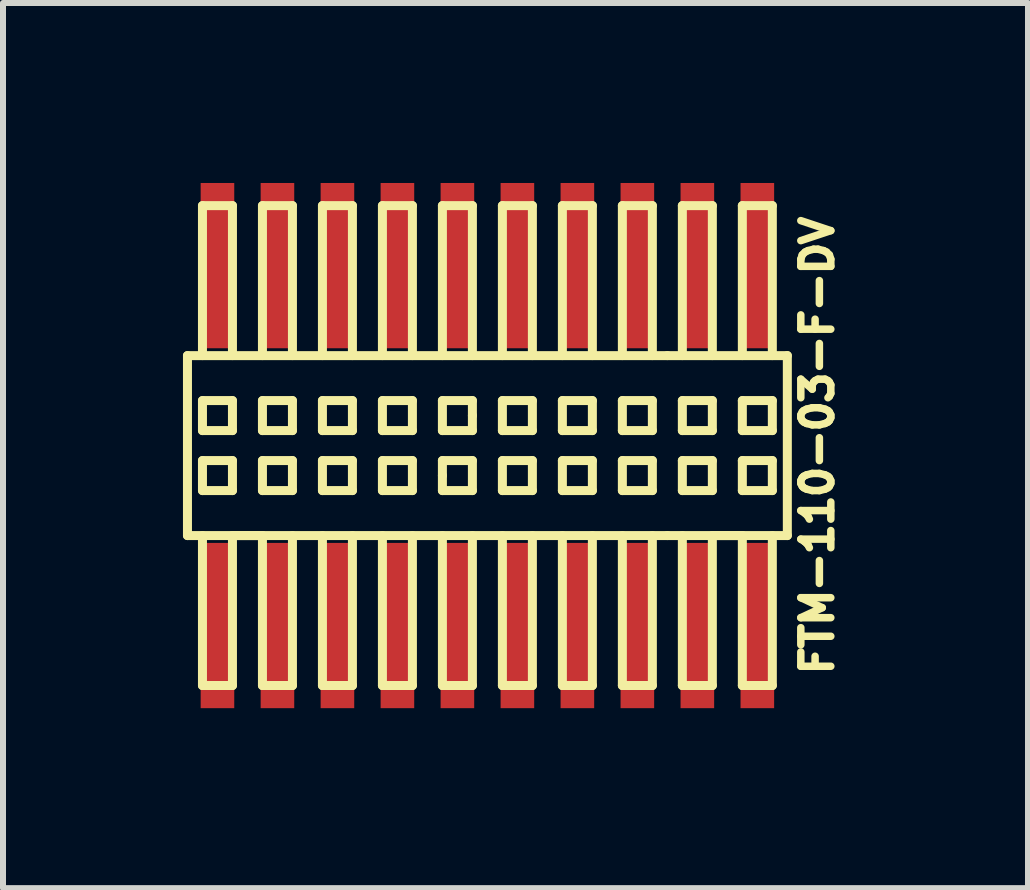
<source format=kicad_pcb>
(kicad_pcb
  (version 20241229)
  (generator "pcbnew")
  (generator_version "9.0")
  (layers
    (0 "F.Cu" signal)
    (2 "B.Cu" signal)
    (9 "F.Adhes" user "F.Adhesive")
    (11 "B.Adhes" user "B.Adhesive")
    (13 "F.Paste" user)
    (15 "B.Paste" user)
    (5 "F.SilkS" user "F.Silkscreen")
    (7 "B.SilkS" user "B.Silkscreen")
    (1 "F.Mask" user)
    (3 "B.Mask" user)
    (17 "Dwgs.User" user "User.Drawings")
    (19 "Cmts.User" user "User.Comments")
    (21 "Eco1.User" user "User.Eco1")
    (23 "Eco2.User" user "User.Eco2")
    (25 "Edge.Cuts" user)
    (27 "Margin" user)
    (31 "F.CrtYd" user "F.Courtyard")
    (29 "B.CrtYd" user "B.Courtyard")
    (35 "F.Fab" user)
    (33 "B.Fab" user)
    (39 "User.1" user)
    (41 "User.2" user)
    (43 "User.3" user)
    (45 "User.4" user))
  (footprint "FTM-110-03-F-DV"
    (layer "F.Cu")
    (at 5.075 4.378)
    (property "Reference" "FTM-110-03-F-DV" (at 5.5 0 90) (layer "F.SilkS") (effects (font (size 0.5 0.5) (thickness 0.125))))
    (attr through_hole)
    (fp_line (start -5 -1.5) (end 3 -1.5) (stroke (width 0.15) (type solid)) (layer "F.SilkS"))
    (fp_line (start -5 1.5) (end -5 -1.5) (stroke (width 0.15) (type solid)) (layer "F.SilkS"))
    (fp_line (start -4.75 -4) (end -4.25 -4) (stroke (width 0.15) (type solid)) (layer "F.SilkS"))
    (fp_line (start -4.75 -1.5) (end -4.75 -4) (stroke (width 0.15) (type solid)) (layer "F.SilkS"))
    (fp_line (start -4.75 -0.75) (end -4.25 -0.75) (stroke (width 0.15) (type solid)) (layer "F.SilkS"))
    (fp_line (start -4.75 -0.25) (end -4.75 -0.75) (stroke (width 0.15) (type solid)) (layer "F.SilkS"))
    (fp_line (start -4.75 0.25) (end -4.25 0.25) (stroke (width 0.15) (type solid)) (layer "F.SilkS"))
    (fp_line (start -4.75 0.75) (end -4.75 0.25) (stroke (width 0.15) (type solid)) (layer "F.SilkS"))
    (fp_line (start -4.75 1.5) (end -4.75 4) (stroke (width 0.15) (type solid)) (layer "F.SilkS"))
    (fp_line (start -4.75 4) (end -4.25 4) (stroke (width 0.15) (type solid)) (layer "F.SilkS"))
    (fp_line (start -4.25 -4) (end -4.25 -1.5) (stroke (width 0.15) (type solid)) (layer "F.SilkS"))
    (fp_line (start -4.25 -0.75) (end -4.25 -0.25) (stroke (width 0.15) (type solid)) (layer "F.SilkS"))
    (fp_line (start -4.25 -0.25) (end -4.75 -0.25) (stroke (width 0.15) (type solid)) (layer "F.SilkS"))
    (fp_line (start -4.25 0.25) (end -4.25 0.75) (stroke (width 0.15) (type solid)) (layer "F.SilkS"))
    (fp_line (start -4.25 0.75) (end -4.75 0.75) (stroke (width 0.15) (type solid)) (layer "F.SilkS"))
    (fp_line (start -4.25 1.5) (end -3.75 1.5) (stroke (width 0.15) (type solid)) (layer "F.SilkS"))
    (fp_line (start -4.25 4) (end -4.25 1.5) (stroke (width 0.15) (type solid)) (layer "F.SilkS"))
    (fp_line (start -3.75 -4) (end -3.25 -4) (stroke (width 0.15) (type solid)) (layer "F.SilkS"))
    (fp_line (start -3.75 -1.5) (end -3.75 -4) (stroke (width 0.15) (type solid)) (layer "F.SilkS"))
    (fp_line (start -3.75 -0.75) (end -3.25 -0.75) (stroke (width 0.15) (type solid)) (layer "F.SilkS"))
    (fp_line (start -3.75 -0.25) (end -3.75 -0.75) (stroke (width 0.15) (type solid)) (layer "F.SilkS"))
    (fp_line (start -3.75 0.25) (end -3.25 0.25) (stroke (width 0.15) (type solid)) (layer "F.SilkS"))
    (fp_line (start -3.75 0.75) (end -3.75 0.25) (stroke (width 0.15) (type solid)) (layer "F.SilkS"))
    (fp_line (start -3.75 1.5) (end -3.75 4) (stroke (width 0.15) (type solid)) (layer "F.SilkS"))
    (fp_line (start -3.75 4) (end -3.25 4) (stroke (width 0.15) (type solid)) (layer "F.SilkS"))
    (fp_line (start -3.25 -4) (end -3.25 -1.5) (stroke (width 0.15) (type solid)) (layer "F.SilkS"))
    (fp_line (start -3.25 -0.75) (end -3.25 -0.25) (stroke (width 0.15) (type solid)) (layer "F.SilkS"))
    (fp_line (start -3.25 -0.25) (end -3.75 -0.25) (stroke (width 0.15) (type solid)) (layer "F.SilkS"))
    (fp_line (start -3.25 0.25) (end -3.25 0.75) (stroke (width 0.15) (type solid)) (layer "F.SilkS"))
    (fp_line (start -3.25 0.75) (end -3.75 0.75) (stroke (width 0.15) (type solid)) (layer "F.SilkS"))
    (fp_line (start -3.25 4) (end -3.25 1.5) (stroke (width 0.15) (type solid)) (layer "F.SilkS"))
    (fp_line (start -2.75 -4) (end -2.25 -4) (stroke (width 0.15) (type solid)) (layer "F.SilkS"))
    (fp_line (start -2.75 -1.5) (end -2.75 -4) (stroke (width 0.15) (type solid)) (layer "F.SilkS"))
    (fp_line (start -2.75 -0.75) (end -2.25 -0.75) (stroke (width 0.15) (type solid)) (layer "F.SilkS"))
    (fp_line (start -2.75 -0.25) (end -2.75 -0.75) (stroke (width 0.15) (type solid)) (layer "F.SilkS"))
    (fp_line (start -2.75 0.25) (end -2.25 0.25) (stroke (width 0.15) (type solid)) (layer "F.SilkS"))
    (fp_line (start -2.75 0.75) (end -2.75 0.25) (stroke (width 0.15) (type solid)) (layer "F.SilkS"))
    (fp_line (start -2.75 1.5) (end -2.75 4) (stroke (width 0.15) (type solid)) (layer "F.SilkS"))
    (fp_line (start -2.75 4) (end -2.25 4) (stroke (width 0.15) (type solid)) (layer "F.SilkS"))
    (fp_line (start -2.25 -4) (end -2.25 -1.5) (stroke (width 0.15) (type solid)) (layer "F.SilkS"))
    (fp_line (start -2.25 -0.75) (end -2.25 -0.25) (stroke (width 0.15) (type solid)) (layer "F.SilkS"))
    (fp_line (start -2.25 -0.25) (end -2.75 -0.25) (stroke (width 0.15) (type solid)) (layer "F.SilkS"))
    (fp_line (start -2.25 0.25) (end -2.25 0.75) (stroke (width 0.15) (type solid)) (layer "F.SilkS"))
    (fp_line (start -2.25 0.75) (end -2.75 0.75) (stroke (width 0.15) (type solid)) (layer "F.SilkS"))
    (fp_line (start -2.25 4) (end -2.25 1.5) (stroke (width 0.15) (type solid)) (layer "F.SilkS"))
    (fp_line (start -1.75 -4) (end -1.25 -4) (stroke (width 0.15) (type solid)) (layer "F.SilkS"))
    (fp_line (start -1.75 -1.5) (end -1.75 -4) (stroke (width 0.15) (type solid)) (layer "F.SilkS"))
    (fp_line (start -1.75 -0.75) (end -1.25 -0.75) (stroke (width 0.15) (type solid)) (layer "F.SilkS"))
    (fp_line (start -1.75 -0.25) (end -1.75 -0.75) (stroke (width 0.15) (type solid)) (layer "F.SilkS"))
    (fp_line (start -1.75 0.25) (end -1.25 0.25) (stroke (width 0.15) (type solid)) (layer "F.SilkS"))
    (fp_line (start -1.75 0.75) (end -1.75 0.25) (stroke (width 0.15) (type solid)) (layer "F.SilkS"))
    (fp_line (start -1.75 1.5) (end -1.75 4) (stroke (width 0.15) (type solid)) (layer "F.SilkS"))
    (fp_line (start -1.75 4) (end -1.25 4) (stroke (width 0.15) (type solid)) (layer "F.SilkS"))
    (fp_line (start -1.25 -4) (end -1.25 -1.5) (stroke (width 0.15) (type solid)) (layer "F.SilkS"))
    (fp_line (start -1.25 -0.75) (end -1.25 -0.25) (stroke (width 0.15) (type solid)) (layer "F.SilkS"))
    (fp_line (start -1.25 -0.25) (end -1.75 -0.25) (stroke (width 0.15) (type solid)) (layer "F.SilkS"))
    (fp_line (start -1.25 0.25) (end -1.25 0.75) (stroke (width 0.15) (type solid)) (layer "F.SilkS"))
    (fp_line (start -1.25 0.75) (end -1.75 0.75) (stroke (width 0.15) (type solid)) (layer "F.SilkS"))
    (fp_line (start -1.25 4) (end -1.25 1.5) (stroke (width 0.15) (type solid)) (layer "F.SilkS"))
    (fp_line (start -0.75 -4) (end -0.25 -4) (stroke (width 0.15) (type solid)) (layer "F.SilkS"))
    (fp_line (start -0.75 -1.5) (end -0.75 -4) (stroke (width 0.15) (type solid)) (layer "F.SilkS"))
    (fp_line (start -0.75 -0.75) (end -0.25 -0.75) (stroke (width 0.15) (type solid)) (layer "F.SilkS"))
    (fp_line (start -0.75 -0.25) (end -0.75 -0.75) (stroke (width 0.15) (type solid)) (layer "F.SilkS"))
    (fp_line (start -0.75 0.25) (end -0.25 0.25) (stroke (width 0.15) (type solid)) (layer "F.SilkS"))
    (fp_line (start -0.75 0.5) (end -0.75 0.25) (stroke (width 0.15) (type solid)) (layer "F.SilkS"))
    (fp_line (start -0.75 0.75) (end -0.75 0.5) (stroke (width 0.15) (type solid)) (layer "F.SilkS"))
    (fp_line (start -0.75 1.5) (end -0.75 4) (stroke (width 0.15) (type solid)) (layer "F.SilkS"))
    (fp_line (start -0.75 4) (end -0.25 4) (stroke (width 0.15) (type solid)) (layer "F.SilkS"))
    (fp_line (start -0.25 -4) (end -0.25 -1.5) (stroke (width 0.15) (type solid)) (layer "F.SilkS"))
    (fp_line (start -0.25 -0.75) (end -0.25 -0.5) (stroke (width 0.15) (type solid)) (layer "F.SilkS"))
    (fp_line (start -0.25 -0.5) (end -0.25 -0.25) (stroke (width 0.15) (type solid)) (layer "F.SilkS"))
    (fp_line (start -0.25 -0.25) (end -0.75 -0.25) (stroke (width 0.15) (type solid)) (layer "F.SilkS"))
    (fp_line (start -0.25 0.25) (end -0.25 0.75) (stroke (width 0.15) (type solid)) (layer "F.SilkS"))
    (fp_line (start -0.25 0.75) (end -0.75 0.75) (stroke (width 0.15) (type solid)) (layer "F.SilkS"))
    (fp_line (start -0.25 4) (end -0.25 1.5) (stroke (width 0.15) (type solid)) (layer "F.SilkS"))
    (fp_line (start 0.25 -4) (end 0.75 -4) (stroke (width 0.15) (type solid)) (layer "F.SilkS"))
    (fp_line (start 0.25 -1.5) (end 0.25 -4) (stroke (width 0.15) (type solid)) (layer "F.SilkS"))
    (fp_line (start 0.25 -0.75) (end 0.75 -0.75) (stroke (width 0.15) (type solid)) (layer "F.SilkS"))
    (fp_line (start 0.25 -0.25) (end 0.25 -0.75) (stroke (width 0.15) (type solid)) (layer "F.SilkS"))
    (fp_line (start 0.25 0.25) (end 0.75 0.25) (stroke (width 0.15) (type solid)) (layer "F.SilkS"))
    (fp_line (start 0.25 0.75) (end 0.25 0.25) (stroke (width 0.15) (type solid)) (layer "F.SilkS"))
    (fp_line (start 0.25 1.5) (end 0.25 4) (stroke (width 0.15) (type solid)) (layer "F.SilkS"))
    (fp_line (start 0.25 4) (end 0.75 4) (stroke (width 0.15) (type solid)) (layer "F.SilkS"))
    (fp_line (start 0.75 -4) (end 0.75 -1.5) (stroke (width 0.15) (type solid)) (layer "F.SilkS"))
    (fp_line (start 0.75 -0.75) (end 0.75 -0.25) (stroke (width 0.15) (type solid)) (layer "F.SilkS"))
    (fp_line (start 0.75 -0.25) (end 0.25 -0.25) (stroke (width 0.15) (type solid)) (layer "F.SilkS"))
    (fp_line (start 0.75 0.25) (end 0.75 0.75) (stroke (width 0.15) (type solid)) (layer "F.SilkS"))
    (fp_line (start 0.75 0.75) (end 0.25 0.75) (stroke (width 0.15) (type solid)) (layer "F.SilkS"))
    (fp_line (start 0.75 4) (end 0.75 1.5) (stroke (width 0.15) (type solid)) (layer "F.SilkS"))
    (fp_line (start 1.25 -4) (end 1.75 -4) (stroke (width 0.15) (type solid)) (layer "F.SilkS"))
    (fp_line (start 1.25 -1.5) (end 1.25 -4) (stroke (width 0.15) (type solid)) (layer "F.SilkS"))
    (fp_line (start 1.25 -0.75) (end 1.75 -0.75) (stroke (width 0.15) (type solid)) (layer "F.SilkS"))
    (fp_line (start 1.25 -0.25) (end 1.25 -0.75) (stroke (width 0.15) (type solid)) (layer "F.SilkS"))
    (fp_line (start 1.25 0.25) (end 1.75 0.25) (stroke (width 0.15) (type solid)) (layer "F.SilkS"))
    (fp_line (start 1.25 0.75) (end 1.25 0.25) (stroke (width 0.15) (type solid)) (layer "F.SilkS"))
    (fp_line (start 1.25 1.5) (end 1.25 4) (stroke (width 0.15) (type solid)) (layer "F.SilkS"))
    (fp_line (start 1.25 4) (end 1.75 4) (stroke (width 0.15) (type solid)) (layer "F.SilkS"))
    (fp_line (start 1.75 -4) (end 1.75 -1.5) (stroke (width 0.15) (type solid)) (layer "F.SilkS"))
    (fp_line (start 1.75 -0.75) (end 1.75 -0.25) (stroke (width 0.15) (type solid)) (layer "F.SilkS"))
    (fp_line (start 1.75 -0.25) (end 1.25 -0.25) (stroke (width 0.15) (type solid)) (layer "F.SilkS"))
    (fp_line (start 1.75 0.25) (end 1.75 0.75) (stroke (width 0.15) (type solid)) (layer "F.SilkS"))
    (fp_line (start 1.75 0.75) (end 1.25 0.75) (stroke (width 0.15) (type solid)) (layer "F.SilkS"))
    (fp_line (start 1.75 4) (end 1.75 1.5) (stroke (width 0.15) (type solid)) (layer "F.SilkS"))
    (fp_line (start 2.25 -4) (end 2.75 -4) (stroke (width 0.15) (type solid)) (layer "F.SilkS"))
    (fp_line (start 2.25 -1.5) (end 2.25 -4) (stroke (width 0.15) (type solid)) (layer "F.SilkS"))
    (fp_line (start 2.25 -0.75) (end 2.75 -0.75) (stroke (width 0.15) (type solid)) (layer "F.SilkS"))
    (fp_line (start 2.25 -0.25) (end 2.25 -0.75) (stroke (width 0.15) (type solid)) (layer "F.SilkS"))
    (fp_line (start 2.25 0.25) (end 2.75 0.25) (stroke (width 0.15) (type solid)) (layer "F.SilkS"))
    (fp_line (start 2.25 0.75) (end 2.25 0.25) (stroke (width 0.15) (type solid)) (layer "F.SilkS"))
    (fp_line (start 2.25 1.5) (end 2.25 4) (stroke (width 0.15) (type solid)) (layer "F.SilkS"))
    (fp_line (start 2.25 4) (end 2.75 4) (stroke (width 0.15) (type solid)) (layer "F.SilkS"))
    (fp_line (start 2.75 -4) (end 2.75 -1.5) (stroke (width 0.15) (type solid)) (layer "F.SilkS"))
    (fp_line (start 2.75 -0.75) (end 2.75 -0.25) (stroke (width 0.15) (type solid)) (layer "F.SilkS"))
    (fp_line (start 2.75 -0.25) (end 2.25 -0.25) (stroke (width 0.15) (type solid)) (layer "F.SilkS"))
    (fp_line (start 2.75 0.25) (end 2.75 0.75) (stroke (width 0.15) (type solid)) (layer "F.SilkS"))
    (fp_line (start 2.75 0.75) (end 2.25 0.75) (stroke (width 0.15) (type solid)) (layer "F.SilkS"))
    (fp_line (start 2.75 4) (end 2.75 1.5) (stroke (width 0.15) (type solid)) (layer "F.SilkS"))
    (fp_line (start 3 -1.5) (end 5 -1.5) (stroke (width 0.15) (type solid)) (layer "F.SilkS"))
    (fp_line (start 3 1.5) (end -5 1.5) (stroke (width 0.15) (type solid)) (layer "F.SilkS"))
    (fp_line (start 3.25 -4) (end 3.75 -4) (stroke (width 0.15) (type solid)) (layer "F.SilkS"))
    (fp_line (start 3.25 -1.5) (end 3.25 -4) (stroke (width 0.15) (type solid)) (layer "F.SilkS"))
    (fp_line (start 3.25 -0.75) (end 3.75 -0.75) (stroke (width 0.15) (type solid)) (layer "F.SilkS"))
    (fp_line (start 3.25 -0.25) (end 3.25 -0.75) (stroke (width 0.15) (type solid)) (layer "F.SilkS"))
    (fp_line (start 3.25 0.25) (end 3.75 0.25) (stroke (width 0.15) (type solid)) (layer "F.SilkS"))
    (fp_line (start 3.25 0.75) (end 3.25 0.25) (stroke (width 0.15) (type solid)) (layer "F.SilkS"))
    (fp_line (start 3.25 1.5) (end 3.25 4) (stroke (width 0.15) (type solid)) (layer "F.SilkS"))
    (fp_line (start 3.25 4) (end 3.75 4) (stroke (width 0.15) (type solid)) (layer "F.SilkS"))
    (fp_line (start 3.75 -4) (end 3.75 -1.5) (stroke (width 0.15) (type solid)) (layer "F.SilkS"))
    (fp_line (start 3.75 -0.75) (end 3.75 -0.25) (stroke (width 0.15) (type solid)) (layer "F.SilkS"))
    (fp_line (start 3.75 -0.25) (end 3.25 -0.25) (stroke (width 0.15) (type solid)) (layer "F.SilkS"))
    (fp_line (start 3.75 0.25) (end 3.75 0.75) (stroke (width 0.15) (type solid)) (layer "F.SilkS"))
    (fp_line (start 3.75 0.75) (end 3.25 0.75) (stroke (width 0.15) (type solid)) (layer "F.SilkS"))
    (fp_line (start 3.75 1.5) (end 4.25 1.5) (stroke (width 0.15) (type solid)) (layer "F.SilkS"))
    (fp_line (start 3.75 4) (end 3.75 1.5) (stroke (width 0.15) (type solid)) (layer "F.SilkS"))
    (fp_line (start 4.25 -4) (end 4.75 -4) (stroke (width 0.15) (type solid)) (layer "F.SilkS"))
    (fp_line (start 4.25 -1.5) (end 4.25 -4) (stroke (width 0.15) (type solid)) (layer "F.SilkS"))
    (fp_line (start 4.25 -0.75) (end 4.75 -0.75) (stroke (width 0.15) (type solid)) (layer "F.SilkS"))
    (fp_line (start 4.25 -0.25) (end 4.25 -0.75) (stroke (width 0.15) (type solid)) (layer "F.SilkS"))
    (fp_line (start 4.25 0.25) (end 4.75 0.25) (stroke (width 0.15) (type solid)) (layer "F.SilkS"))
    (fp_line (start 4.25 0.75) (end 4.25 0.25) (stroke (width 0.15) (type solid)) (layer "F.SilkS"))
    (fp_line (start 4.25 1.5) (end 4.25 4) (stroke (width 0.15) (type solid)) (layer "F.SilkS"))
    (fp_line (start 4.25 4) (end 4.75 4) (stroke (width 0.15) (type solid)) (layer "F.SilkS"))
    (fp_line (start 4.75 -4) (end 4.75 -1.5) (stroke (width 0.15) (type solid)) (layer "F.SilkS"))
    (fp_line (start 4.75 -0.75) (end 4.75 -0.25) (stroke (width 0.15) (type solid)) (layer "F.SilkS"))
    (fp_line (start 4.75 -0.25) (end 4.25 -0.25) (stroke (width 0.15) (type solid)) (layer "F.SilkS"))
    (fp_line (start 4.75 0.25) (end 4.75 0.75) (stroke (width 0.15) (type solid)) (layer "F.SilkS"))
    (fp_line (start 4.75 0.75) (end 4.25 0.75) (stroke (width 0.15) (type solid)) (layer "F.SilkS"))
    (fp_line (start 4.75 4) (end 4.75 1.5) (stroke (width 0.15) (type solid)) (layer "F.SilkS"))
    (fp_line (start 5 -1.5) (end 5 1.5) (stroke (width 0.15) (type solid)) (layer "F.SilkS"))
    (fp_line (start 5 1.5) (end 3 1.5) (stroke (width 0.15) (type solid)) (layer "F.SilkS"))
    (pad "1" smd rect (at -4.5 3) (size 0.56 2.755) (layers "F.Cu" "F.Mask" "F.Paste"))
    (pad "2" smd rect (at -4.5 -3) (size 0.56 2.755) (layers "F.Cu" "F.Mask" "F.Paste"))
    (pad "3" smd rect (at -3.5 3) (size 0.56 2.755) (layers "F.Cu" "F.Mask" "F.Paste"))
    (pad "4" smd rect (at -3.5 -3) (size 0.56 2.755) (layers "F.Cu" "F.Mask" "F.Paste"))
    (pad "5" smd rect (at -2.5 3) (size 0.56 2.755) (layers "F.Cu" "F.Mask" "F.Paste"))
    (pad "6" smd rect (at -2.5 -3) (size 0.56 2.755) (layers "F.Cu" "F.Mask" "F.Paste"))
    (pad "7" smd rect (at -1.5 3) (size 0.56 2.755) (layers "F.Cu" "F.Mask" "F.Paste"))
    (pad "8" smd rect (at -1.5 -3) (size 0.56 2.755) (layers "F.Cu" "F.Mask" "F.Paste"))
    (pad "9" smd rect (at -0.5 3) (size 0.56 2.755) (layers "F.Cu" "F.Mask" "F.Paste"))
    (pad "10" smd rect (at -0.5 -3) (size 0.56 2.755) (layers "F.Cu" "F.Mask" "F.Paste"))
    (pad "11" smd rect (at 0.5 3) (size 0.56 2.755) (layers "F.Cu" "F.Mask" "F.Paste"))
    (pad "12" smd rect (at 0.5 -3) (size 0.56 2.755) (layers "F.Cu" "F.Mask" "F.Paste"))
    (pad "13" smd rect (at 1.5 3) (size 0.56 2.755) (layers "F.Cu" "F.Mask" "F.Paste"))
    (pad "14" smd rect (at 1.5 -3) (size 0.56 2.755) (layers "F.Cu" "F.Mask" "F.Paste"))
    (pad "15" smd rect (at 2.5 3) (size 0.56 2.755) (layers "F.Cu" "F.Mask" "F.Paste"))
    (pad "16" smd rect (at 2.5 -3) (size 0.56 2.755) (layers "F.Cu" "F.Mask" "F.Paste"))
    (pad "17" smd rect (at 3.5 3) (size 0.56 2.755) (layers "F.Cu" "F.Mask" "F.Paste"))
    (pad "18" smd rect (at 4.5 -3) (size 0.56 2.755) (layers "F.Cu" "F.Mask" "F.Paste"))
    (pad "19" smd rect (at 4.5 3) (size 0.56 2.755) (layers "F.Cu" "F.Mask" "F.Paste"))
    (pad "20" smd rect (at 3.5 -3) (size 0.56 2.755) (layers "F.Cu" "F.Mask" "F.Paste")))
  (gr_rect
    (start -3 -3)
    (end 14.087 11.755)
    (stroke (width 0.1) (type default))
    (fill no)
    (layer "Edge.Cuts")))
</source>
